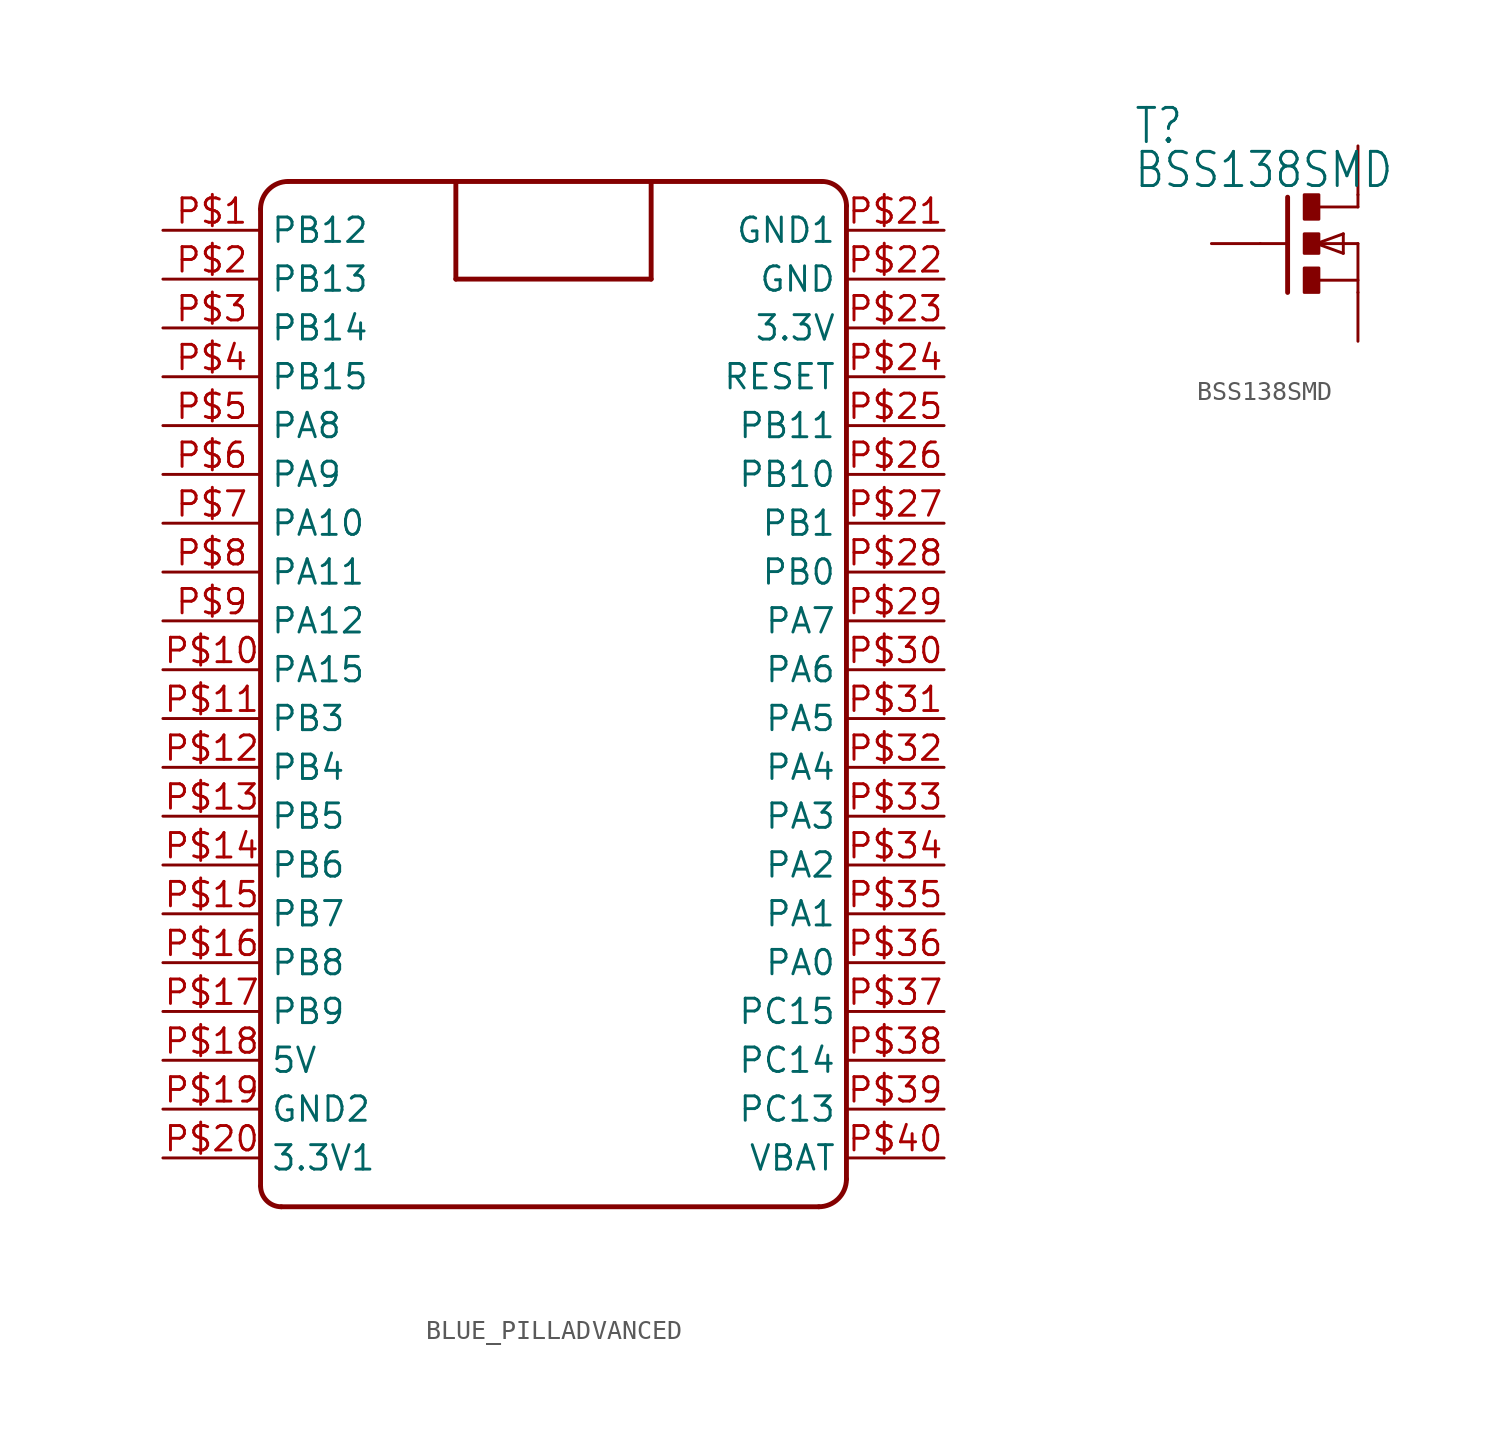
<source format=kicad_sym>
(kicad_symbol_lib
  (version 20211014)
  (generator kicad_symbol_editor)
  (symbol "BLUE_PILLADVANCED"
    (property "Reference" ""
      (at 0 0 0)
      (effects (font (size 1.27 1.27)) hide))
    (property "ki_locked" ""
      (at 0 0 0)
      (effects (font (size 1.27 1.27))))
    (symbol "BLUE_PILLADVANCED_1_0"
      (arc (start -15.24 -26.8623) (mid -14.9243 -27.6243) (end -14.1623 -27.94) (stroke (width 0.254) (type default) (color 0 0 0 0)) (fill (type none)))
      (arc (start -13.8031 25.4) (mid -14.8191 24.9791) (end -15.24 23.9631) (stroke (width 0.254) (type default) (color 0 0 0 0)) (fill (type none)))
      (polyline (pts (xy -15.24 23.963) (xy -15.24 -26.862)) (stroke (width 0.254) (type default) (color 0 0 0 0)) (fill (type none)))
      (polyline (pts (xy -14.162 -27.94) (xy 13.803 -27.94)) (stroke (width 0.254) (type default) (color 0 0 0 0)) (fill (type none)))
      (polyline (pts (xy -5.08 20.32) (xy -5.08 25.4)) (stroke (width 0.254) (type default) (color 0 0 0 0)) (fill (type none)))
      (polyline (pts (xy -5.08 25.4) (xy -13.803 25.4)) (stroke (width 0.254) (type default) (color 0 0 0 0)) (fill (type none)))
      (polyline (pts (xy -5.08 25.4) (xy 5.08 25.4)) (stroke (width 0.254) (type default) (color 0 0 0 0)) (fill (type none)))
      (polyline (pts (xy 5.08 20.32) (xy -5.08 20.32)) (stroke (width 0.254) (type default) (color 0 0 0 0)) (fill (type none)))
      (polyline (pts (xy 5.08 25.4) (xy 5.08 20.32)) (stroke (width 0.254) (type default) (color 0 0 0 0)) (fill (type none)))
      (polyline (pts (xy 13.97 25.4) (xy 5.08 25.4)) (stroke (width 0.254) (type default) (color 0 0 0 0)) (fill (type none)))
      (polyline (pts (xy 15.24 -26.503) (xy 15.24 24.13)) (stroke (width 0.254) (type default) (color 0 0 0 0)) (fill (type none)))
      (arc (start 13.8031 -27.94) (mid 14.8191 -27.5191) (end 15.24 -26.5031) (stroke (width 0.254) (type default) (color 0 0 0 0)) (fill (type none)))
      (arc (start 15.24 24.13) (mid 14.868 25.028) (end 13.97 25.4) (stroke (width 0.254) (type default) (color 0 0 0 0)) (fill (type none)))
      (pin bidirectional line (at -20.32 22.86 0) (length 5.08) (name "PB12" (effects (font (size 1.27 1.27)))) (number "P$1" (effects (font (size 1.27 1.27)))))
      (pin bidirectional line (at -20.32 0 0) (length 5.08) (name "PA15" (effects (font (size 1.27 1.27)))) (number "P$10" (effects (font (size 1.27 1.27)))))
      (pin bidirectional line (at -20.32 -2.54 0) (length 5.08) (name "PB3" (effects (font (size 1.27 1.27)))) (number "P$11" (effects (font (size 1.27 1.27)))))
      (pin bidirectional line (at -20.32 -5.08 0) (length 5.08) (name "PB4" (effects (font (size 1.27 1.27)))) (number "P$12" (effects (font (size 1.27 1.27)))))
      (pin bidirectional line (at -20.32 -7.62 0) (length 5.08) (name "PB5" (effects (font (size 1.27 1.27)))) (number "P$13" (effects (font (size 1.27 1.27)))))
      (pin bidirectional line (at -20.32 -10.16 0) (length 5.08) (name "PB6" (effects (font (size 1.27 1.27)))) (number "P$14" (effects (font (size 1.27 1.27)))))
      (pin bidirectional line (at -20.32 -12.7 0) (length 5.08) (name "PB7" (effects (font (size 1.27 1.27)))) (number "P$15" (effects (font (size 1.27 1.27)))))
      (pin bidirectional line (at -20.32 -15.24 0) (length 5.08) (name "PB8" (effects (font (size 1.27 1.27)))) (number "P$16" (effects (font (size 1.27 1.27)))))
      (pin bidirectional line (at -20.32 -17.78 0) (length 5.08) (name "PB9" (effects (font (size 1.27 1.27)))) (number "P$17" (effects (font (size 1.27 1.27)))))
      (pin bidirectional line (at -20.32 -20.32 0) (length 5.08) (name "5V" (effects (font (size 1.27 1.27)))) (number "P$18" (effects (font (size 1.27 1.27)))))
      (pin bidirectional line (at -20.32 -22.86 0) (length 5.08) (name "GND2" (effects (font (size 1.27 1.27)))) (number "P$19" (effects (font (size 1.27 1.27)))))
      (pin bidirectional line (at -20.32 20.32 0) (length 5.08) (name "PB13" (effects (font (size 1.27 1.27)))) (number "P$2" (effects (font (size 1.27 1.27)))))
      (pin bidirectional line (at -20.32 -25.4 0) (length 5.08) (name "3.3V1" (effects (font (size 1.27 1.27)))) (number "P$20" (effects (font (size 1.27 1.27)))))
      (pin power_in line (at 20.32 22.86 180) (length 5.08) (name "GND1" (effects (font (size 1.27 1.27)))) (number "P$21" (effects (font (size 1.27 1.27)))))
      (pin bidirectional line (at 20.32 20.32 180) (length 5.08) (name "GND" (effects (font (size 1.27 1.27)))) (number "P$22" (effects (font (size 1.27 1.27)))))
      (pin bidirectional line (at 20.32 17.78 180) (length 5.08) (name "3.3V" (effects (font (size 1.27 1.27)))) (number "P$23" (effects (font (size 1.27 1.27)))))
      (pin bidirectional line (at 20.32 15.24 180) (length 5.08) (name "RESET" (effects (font (size 1.27 1.27)))) (number "P$24" (effects (font (size 1.27 1.27)))))
      (pin bidirectional line (at 20.32 12.7 180) (length 5.08) (name "PB11" (effects (font (size 1.27 1.27)))) (number "P$25" (effects (font (size 1.27 1.27)))))
      (pin bidirectional line (at 20.32 10.16 180) (length 5.08) (name "PB10" (effects (font (size 1.27 1.27)))) (number "P$26" (effects (font (size 1.27 1.27)))))
      (pin bidirectional line (at 20.32 7.62 180) (length 5.08) (name "PB1" (effects (font (size 1.27 1.27)))) (number "P$27" (effects (font (size 1.27 1.27)))))
      (pin bidirectional line (at 20.32 5.08 180) (length 5.08) (name "PB0" (effects (font (size 1.27 1.27)))) (number "P$28" (effects (font (size 1.27 1.27)))))
      (pin bidirectional line (at 20.32 2.54 180) (length 5.08) (name "PA7" (effects (font (size 1.27 1.27)))) (number "P$29" (effects (font (size 1.27 1.27)))))
      (pin bidirectional line (at -20.32 17.78 0) (length 5.08) (name "PB14" (effects (font (size 1.27 1.27)))) (number "P$3" (effects (font (size 1.27 1.27)))))
      (pin bidirectional line (at 20.32 0 180) (length 5.08) (name "PA6" (effects (font (size 1.27 1.27)))) (number "P$30" (effects (font (size 1.27 1.27)))))
      (pin bidirectional line (at 20.32 -2.54 180) (length 5.08) (name "PA5" (effects (font (size 1.27 1.27)))) (number "P$31" (effects (font (size 1.27 1.27)))))
      (pin bidirectional line (at 20.32 -5.08 180) (length 5.08) (name "PA4" (effects (font (size 1.27 1.27)))) (number "P$32" (effects (font (size 1.27 1.27)))))
      (pin bidirectional line (at 20.32 -7.62 180) (length 5.08) (name "PA3" (effects (font (size 1.27 1.27)))) (number "P$33" (effects (font (size 1.27 1.27)))))
      (pin bidirectional line (at 20.32 -10.16 180) (length 5.08) (name "PA2" (effects (font (size 1.27 1.27)))) (number "P$34" (effects (font (size 1.27 1.27)))))
      (pin bidirectional line (at 20.32 -12.7 180) (length 5.08) (name "PA1" (effects (font (size 1.27 1.27)))) (number "P$35" (effects (font (size 1.27 1.27)))))
      (pin bidirectional line (at 20.32 -15.24 180) (length 5.08) (name "PA0" (effects (font (size 1.27 1.27)))) (number "P$36" (effects (font (size 1.27 1.27)))))
      (pin bidirectional line (at 20.32 -17.78 180) (length 5.08) (name "PC15" (effects (font (size 1.27 1.27)))) (number "P$37" (effects (font (size 1.27 1.27)))))
      (pin bidirectional line (at 20.32 -20.32 180) (length 5.08) (name "PC14" (effects (font (size 1.27 1.27)))) (number "P$38" (effects (font (size 1.27 1.27)))))
      (pin bidirectional line (at 20.32 -22.86 180) (length 5.08) (name "PC13" (effects (font (size 1.27 1.27)))) (number "P$39" (effects (font (size 1.27 1.27)))))
      (pin bidirectional line (at -20.32 15.24 0) (length 5.08) (name "PB15" (effects (font (size 1.27 1.27)))) (number "P$4" (effects (font (size 1.27 1.27)))))
      (pin bidirectional line (at 20.32 -25.4 180) (length 5.08) (name "VBAT" (effects (font (size 1.27 1.27)))) (number "P$40" (effects (font (size 1.27 1.27)))))
      (pin bidirectional line (at -20.32 12.7 0) (length 5.08) (name "PA8" (effects (font (size 1.27 1.27)))) (number "P$5" (effects (font (size 1.27 1.27)))))
      (pin bidirectional line (at -20.32 10.16 0) (length 5.08) (name "PA9" (effects (font (size 1.27 1.27)))) (number "P$6" (effects (font (size 1.27 1.27)))))
      (pin bidirectional line (at -20.32 7.62 0) (length 5.08) (name "PA10" (effects (font (size 1.27 1.27)))) (number "P$7" (effects (font (size 1.27 1.27)))))
      (pin bidirectional line (at -20.32 5.08 0) (length 5.08) (name "PA11" (effects (font (size 1.27 1.27)))) (number "P$8" (effects (font (size 1.27 1.27)))))
      (pin bidirectional line (at -20.32 2.54 0) (length 5.08) (name "PA12" (effects (font (size 1.27 1.27)))) (number "P$9" (effects (font (size 1.27 1.27)))))))
  (symbol "BSS138SMD"
    (property "Reference" "T"
      (at -9.144 5.08 0)
      (effects (font (size 1.778 1.511)) (justify left bottom)))
    (property "Value" "BSS138SMD"
      (at -9.144 2.794 0)
      (effects (font (size 1.778 1.511)) (justify left bottom)))
    (property "ki_locked" ""
      (at 0 0 0)
      (effects (font (size 1.27 1.27))))
    (symbol "BSS138SMD_1_0"
      (rectangle (start -0.254 -2.54) (end 0.508 -1.27) (stroke (width 0) (type default) (color 0 0 0 0)) (fill (type outline)))
      (rectangle (start -0.254 -0.508) (end 0.508 0.508) (stroke (width 0) (type default) (color 0 0 0 0)) (fill (type outline)))
      (rectangle (start -0.254 1.27) (end 0.508 2.54) (stroke (width 0) (type default) (color 0 0 0 0)) (fill (type outline)))
      (polyline (pts (xy -2.54 0) (xy -1.219 0)) (stroke (width 0.152) (type default) (color 0 0 0 0)) (fill (type none)))
      (polyline (pts (xy -1.118 2.413) (xy -1.118 -2.54)) (stroke (width 0.254) (type default) (color 0 0 0 0)) (fill (type none)))
      (polyline (pts (xy 0.381 0) (xy 1.778 0.508)) (stroke (width 0.152) (type default) (color 0 0 0 0)) (fill (type none)))
      (polyline (pts (xy 0.508 -1.905) (xy 2.54 -1.905)) (stroke (width 0.152) (type default) (color 0 0 0 0)) (fill (type none)))
      (polyline (pts (xy 0.508 0) (xy 2.54 0)) (stroke (width 0.152) (type default) (color 0 0 0 0)) (fill (type none)))
      (polyline (pts (xy 1.778 -0.508) (xy 0.381 0)) (stroke (width 0.152) (type default) (color 0 0 0 0)) (fill (type none)))
      (polyline (pts (xy 1.778 0.508) (xy 1.778 -0.508)) (stroke (width 0.152) (type default) (color 0 0 0 0)) (fill (type none)))
      (polyline (pts (xy 2.54 0) (xy 2.54 -2.54)) (stroke (width 0.152) (type default) (color 0 0 0 0)) (fill (type none)))
      (polyline (pts (xy 2.54 1.905) (xy 0.533 1.905)) (stroke (width 0.152) (type default) (color 0 0 0 0)) (fill (type none)))
      (polyline (pts (xy 2.54 2.54) (xy 2.54 1.905)) (stroke (width 0.152) (type default) (color 0 0 0 0)) (fill (type none)))
      (pin passive line (at 2.54 -5.08 90) (length 2.54) (name "S" (effects (font (size 0 0)))) (number "1" (effects (font (size 0 0)))))
      (pin passive line (at -5.08 0 0) (length 2.54) (name "G" (effects (font (size 0 0)))) (number "2" (effects (font (size 0 0)))))
      (pin passive line (at 2.54 5.08 270) (length 2.54) (name "D" (effects (font (size 0 0)))) (number "3" (effects (font (size 0 0))))))))
</source>
